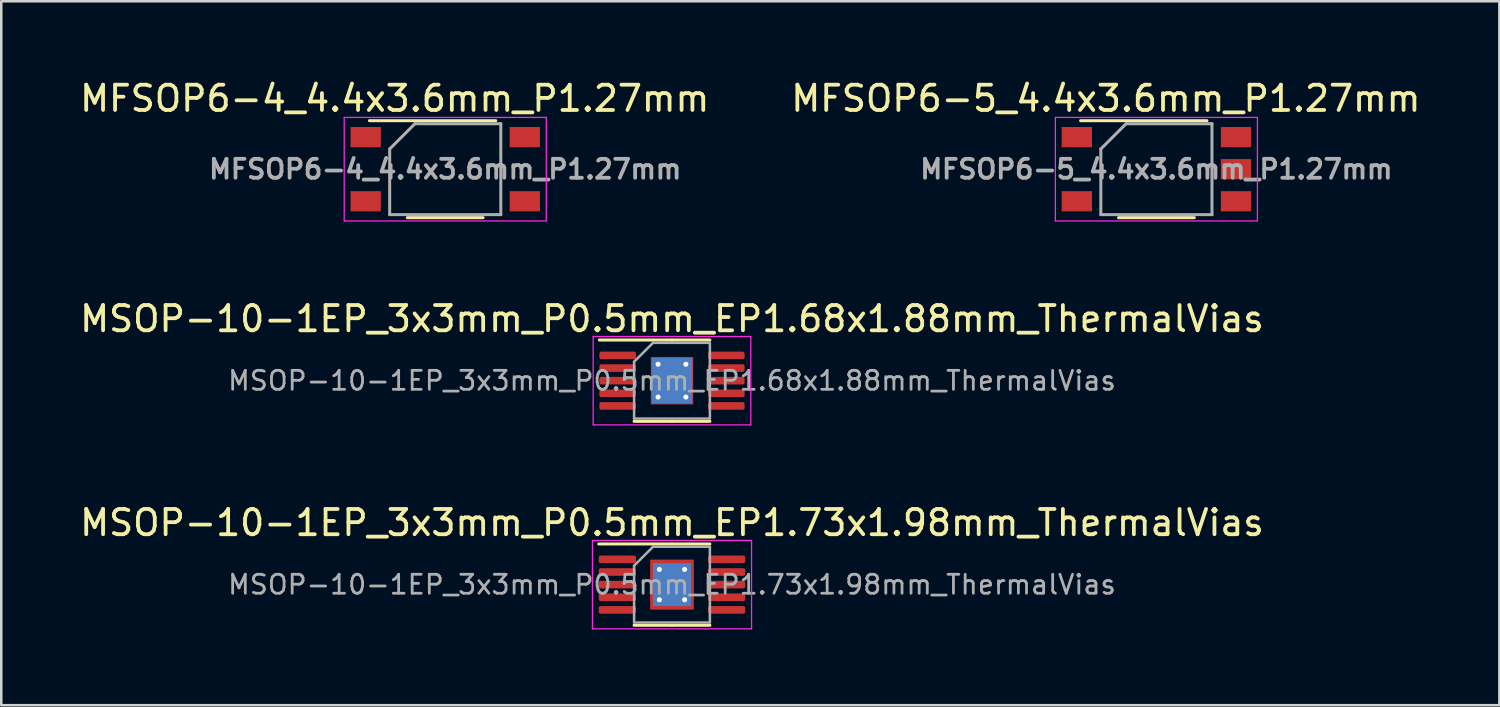
<source format=kicad_pcb>
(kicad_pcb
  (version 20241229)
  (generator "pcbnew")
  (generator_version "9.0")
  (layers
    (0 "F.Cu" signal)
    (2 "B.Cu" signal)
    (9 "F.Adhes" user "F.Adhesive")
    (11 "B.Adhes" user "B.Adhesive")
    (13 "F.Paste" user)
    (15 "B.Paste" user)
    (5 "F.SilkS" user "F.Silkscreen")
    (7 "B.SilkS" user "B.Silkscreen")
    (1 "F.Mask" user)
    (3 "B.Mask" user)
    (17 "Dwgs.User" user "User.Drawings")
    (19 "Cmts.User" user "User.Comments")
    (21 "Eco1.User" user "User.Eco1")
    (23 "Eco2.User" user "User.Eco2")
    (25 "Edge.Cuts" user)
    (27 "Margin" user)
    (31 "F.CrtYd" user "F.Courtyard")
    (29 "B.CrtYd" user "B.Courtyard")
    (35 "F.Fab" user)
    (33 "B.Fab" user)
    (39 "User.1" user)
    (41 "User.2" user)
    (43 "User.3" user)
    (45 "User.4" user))
  (footprint "MSOP-10-1EP_3x3mm_P0.5mm_EP1.68x1.88mm_ThermalVias"
    (layer "F.Cu")
    (at 23.554 12.021)
    (property "Reference" "MSOP-10-1EP_3x3mm_P0.5mm_EP1.68x1.88mm_ThermalVias" (at 0 -2.45 0) (layer "F.SilkS") (effects (font (size 1 1) (thickness 0.15))))
    (attr smd)
    (fp_line (start 0 -1.61) (end -2.875 -1.61) (stroke (width 0.12) (type solid)) (layer "F.SilkS"))
    (fp_line (start 0 -1.61) (end 1.5 -1.61) (stroke (width 0.12) (type solid)) (layer "F.SilkS"))
    (fp_line (start 0 1.61) (end -1.5 1.61) (stroke (width 0.12) (type solid)) (layer "F.SilkS"))
    (fp_line (start 0 1.61) (end 1.5 1.61) (stroke (width 0.12) (type solid)) (layer "F.SilkS"))
    (fp_line (start -3.12 -1.75) (end -3.12 1.75) (stroke (width 0.05) (type solid)) (layer "F.CrtYd"))
    (fp_line (start -3.12 1.75) (end 3.12 1.75) (stroke (width 0.05) (type solid)) (layer "F.CrtYd"))
    (fp_line (start 3.12 -1.75) (end -3.12 -1.75) (stroke (width 0.05) (type solid)) (layer "F.CrtYd"))
    (fp_line (start 3.12 1.75) (end 3.12 -1.75) (stroke (width 0.05) (type solid)) (layer "F.CrtYd"))
    (fp_line (start -1.5 -0.75) (end -0.75 -1.5) (stroke (width 0.1) (type solid)) (layer "F.Fab"))
    (fp_line (start -1.5 1.5) (end -1.5 -0.75) (stroke (width 0.1) (type solid)) (layer "F.Fab"))
    (fp_line (start -0.75 -1.5) (end 1.5 -1.5) (stroke (width 0.1) (type solid)) (layer "F.Fab"))
    (fp_line (start 1.5 -1.5) (end 1.5 1.5) (stroke (width 0.1) (type solid)) (layer "F.Fab"))
    (fp_line (start 1.5 1.5) (end -1.5 1.5) (stroke (width 0.1) (type solid)) (layer "F.Fab"))
    (fp_text user "${REFERENCE}" (at 0 0 0) (layer "F.Fab") (effects (font (size 0.75 0.75) (thickness 0.11))))
    (pad "" smd roundrect (at -0.42 -0.47) (size 0.7 0.79) (layers "F.Paste") (roundrect_rratio 0.25))
    (pad "" smd roundrect (at -0.42 0.47) (size 0.7 0.79) (layers "F.Paste") (roundrect_rratio 0.25))
    (pad "" smd roundrect (at 0.42 -0.47) (size 0.7 0.79) (layers "F.Paste") (roundrect_rratio 0.25))
    (pad "" smd roundrect (at 0.42 0.47) (size 0.7 0.79) (layers "F.Paste") (roundrect_rratio 0.25))
    (pad "1" smd roundrect (at -2.15 -1) (size 1.45 0.3) (layers "F.Cu" "F.Mask" "F.Paste") (roundrect_rratio 0.25))
    (pad "2" smd roundrect (at -2.15 -0.5) (size 1.45 0.3) (layers "F.Cu" "F.Mask" "F.Paste") (roundrect_rratio 0.25))
    (pad "3" smd roundrect (at -2.15 0) (size 1.45 0.3) (layers "F.Cu" "F.Mask" "F.Paste") (roundrect_rratio 0.25))
    (pad "4" smd roundrect (at -2.15 0.5) (size 1.45 0.3) (layers "F.Cu" "F.Mask" "F.Paste") (roundrect_rratio 0.25))
    (pad "5" smd roundrect (at -2.15 1) (size 1.45 0.3) (layers "F.Cu" "F.Mask" "F.Paste") (roundrect_rratio 0.25))
    (pad "6" smd roundrect (at 2.15 1) (size 1.45 0.3) (layers "F.Cu" "F.Mask" "F.Paste") (roundrect_rratio 0.25))
    (pad "7" smd roundrect (at 2.15 0.5) (size 1.45 0.3) (layers "F.Cu" "F.Mask" "F.Paste") (roundrect_rratio 0.25))
    (pad "8" smd roundrect (at 2.15 0) (size 1.45 0.3) (layers "F.Cu" "F.Mask" "F.Paste") (roundrect_rratio 0.25))
    (pad "9" smd roundrect (at 2.15 -0.5) (size 1.45 0.3) (layers "F.Cu" "F.Mask" "F.Paste") (roundrect_rratio 0.25))
    (pad "10" smd roundrect (at 2.15 -1) (size 1.45 0.3) (layers "F.Cu" "F.Mask" "F.Paste") (roundrect_rratio 0.25))
    (pad "11" thru_hole circle (at -0.55 -0.65) (size 0.5 0.5) (drill 0.2) (layers "*.Cu"))
    (pad "11" thru_hole circle (at -0.55 0.65) (size 0.5 0.5) (drill 0.2) (layers "*.Cu"))
    (pad "11" smd rect (at 0 0) (size 1.6 1.8) (layers "B.Cu"))
    (pad "11" smd rect (at 0 0) (size 1.68 1.88) (layers "F.Cu" "F.Mask"))
    (pad "11" thru_hole circle (at 0.55 -0.65) (size 0.5 0.5) (drill 0.2) (layers "*.Cu"))
    (pad "11" thru_hole circle (at 0.55 0.65) (size 0.5 0.5) (drill 0.2) (layers "*.Cu")))
  (footprint "MSOP-10-1EP_3x3mm_P0.5mm_EP1.73x1.98mm_ThermalVias"
    (layer "F.Cu")
    (at 23.554 20.095)
    (property "Reference" "MSOP-10-1EP_3x3mm_P0.5mm_EP1.73x1.98mm_ThermalVias" (at 0 -2.45 0) (layer "F.SilkS") (effects (font (size 1 1) (thickness 0.15))))
    (attr smd)
    (fp_line (start 0 -1.61) (end -2.9 -1.61) (stroke (width 0.12) (type solid)) (layer "F.SilkS"))
    (fp_line (start 0 -1.61) (end 1.5 -1.61) (stroke (width 0.12) (type solid)) (layer "F.SilkS"))
    (fp_line (start 0 1.61) (end -1.5 1.61) (stroke (width 0.12) (type solid)) (layer "F.SilkS"))
    (fp_line (start 0 1.61) (end 1.5 1.61) (stroke (width 0.12) (type solid)) (layer "F.SilkS"))
    (fp_line (start -3.15 -1.75) (end -3.15 1.75) (stroke (width 0.05) (type solid)) (layer "F.CrtYd"))
    (fp_line (start -3.15 1.75) (end 3.15 1.75) (stroke (width 0.05) (type solid)) (layer "F.CrtYd"))
    (fp_line (start 3.15 -1.75) (end -3.15 -1.75) (stroke (width 0.05) (type solid)) (layer "F.CrtYd"))
    (fp_line (start 3.15 1.75) (end 3.15 -1.75) (stroke (width 0.05) (type solid)) (layer "F.CrtYd"))
    (fp_line (start -1.5 -0.75) (end -0.75 -1.5) (stroke (width 0.1) (type solid)) (layer "F.Fab"))
    (fp_line (start -1.5 1.5) (end -1.5 -0.75) (stroke (width 0.1) (type solid)) (layer "F.Fab"))
    (fp_line (start -0.75 -1.5) (end 1.5 -1.5) (stroke (width 0.1) (type solid)) (layer "F.Fab"))
    (fp_line (start 1.5 -1.5) (end 1.5 1.5) (stroke (width 0.1) (type solid)) (layer "F.Fab"))
    (fp_line (start 1.5 1.5) (end -1.5 1.5) (stroke (width 0.1) (type solid)) (layer "F.Fab"))
    (fp_text user "${REFERENCE}" (at 0 0 0) (layer "F.Fab") (effects (font (size 0.75 0.75) (thickness 0.11))))
    (pad "" smd roundrect (at -0.43 -0.495) (size 0.72 0.83) (layers "F.Paste") (roundrect_rratio 0.25))
    (pad "" smd roundrect (at -0.43 0.495) (size 0.72 0.83) (layers "F.Paste") (roundrect_rratio 0.25))
    (pad "" smd roundrect (at 0.43 -0.495) (size 0.72 0.83) (layers "F.Paste") (roundrect_rratio 0.25))
    (pad "" smd roundrect (at 0.43 0.495) (size 0.72 0.83) (layers "F.Paste") (roundrect_rratio 0.25))
    (pad "1" smd roundrect (at -2.163 -1) (size 1.475 0.3) (layers "F.Cu" "F.Mask" "F.Paste") (roundrect_rratio 0.25))
    (pad "2" smd roundrect (at -2.163 -0.5) (size 1.475 0.3) (layers "F.Cu" "F.Mask" "F.Paste") (roundrect_rratio 0.25))
    (pad "3" smd roundrect (at -2.163 0) (size 1.475 0.3) (layers "F.Cu" "F.Mask" "F.Paste") (roundrect_rratio 0.25))
    (pad "4" smd roundrect (at -2.163 0.5) (size 1.475 0.3) (layers "F.Cu" "F.Mask" "F.Paste") (roundrect_rratio 0.25))
    (pad "5" smd roundrect (at -2.163 1) (size 1.475 0.3) (layers "F.Cu" "F.Mask" "F.Paste") (roundrect_rratio 0.25))
    (pad "6" smd roundrect (at 2.163 1) (size 1.475 0.3) (layers "F.Cu" "F.Mask" "F.Paste") (roundrect_rratio 0.25))
    (pad "7" smd roundrect (at 2.163 0.5) (size 1.475 0.3) (layers "F.Cu" "F.Mask" "F.Paste") (roundrect_rratio 0.25))
    (pad "8" smd roundrect (at 2.163 0) (size 1.475 0.3) (layers "F.Cu" "F.Mask" "F.Paste") (roundrect_rratio 0.25))
    (pad "9" smd roundrect (at 2.163 -0.5) (size 1.475 0.3) (layers "F.Cu" "F.Mask" "F.Paste") (roundrect_rratio 0.25))
    (pad "10" smd roundrect (at 2.163 -1) (size 1.475 0.3) (layers "F.Cu" "F.Mask" "F.Paste") (roundrect_rratio 0.25))
    (pad "11" thru_hole circle (at -0.5 -0.6) (size 0.5 0.5) (drill 0.2) (layers "*.Cu"))
    (pad "11" thru_hole circle (at -0.5 0.6) (size 0.5 0.5) (drill 0.2) (layers "*.Cu"))
    (pad "11" smd rect (at 0 0) (size 1.5 1.7) (layers "B.Cu"))
    (pad "11" smd rect (at 0 0) (size 1.73 1.98) (layers "F.Cu" "F.Mask"))
    (pad "11" thru_hole circle (at 0.5 -0.6) (size 0.5 0.5) (drill 0.2) (layers "*.Cu"))
    (pad "11" thru_hole circle (at 0.5 0.6) (size 0.5 0.5) (drill 0.2) (layers "*.Cu")))
  (footprint "MFSOP6-4_4.4x3.6mm_P1.27mm"
    (layer "F.Cu")
    (at 14.577 3.648)
    (property "Reference" "MFSOP6-4_4.4x3.6mm_P1.27mm" (at -2 -2.8 0) (layer "F.SilkS") (effects (font (size 1 1) (thickness 0.15))))
    (attr smd)
    (fp_line (start -3 -1.92) (end 2 -1.92) (stroke (width 0.12) (type solid)) (layer "F.SilkS"))
    (fp_line (start 1.5 1.92) (end -1.5 1.92) (stroke (width 0.12) (type solid)) (layer "F.SilkS"))
    (fp_line (start -4 -2.05) (end -4 2.05) (stroke (width 0.05) (type solid)) (layer "F.CrtYd"))
    (fp_line (start -4 -2.05) (end 4 -2.05) (stroke (width 0.05) (type solid)) (layer "F.CrtYd"))
    (fp_line (start 4 2.05) (end -4 2.05) (stroke (width 0.05) (type solid)) (layer "F.CrtYd"))
    (fp_line (start 4 2.05) (end 4 -2.05) (stroke (width 0.05) (type solid)) (layer "F.CrtYd"))
    (fp_line (start -2.2 -0.8) (end -2.2 1.8) (stroke (width 0.12) (type solid)) (layer "F.Fab"))
    (fp_line (start -2.2 1.8) (end 2.2 1.8) (stroke (width 0.12) (type solid)) (layer "F.Fab"))
    (fp_line (start -1.2 -1.8) (end -2.2 -0.8) (stroke (width 0.12) (type solid)) (layer "F.Fab"))
    (fp_line (start 2.2 -1.8) (end -1.2 -1.8) (stroke (width 0.12) (type solid)) (layer "F.Fab"))
    (fp_line (start 2.2 1.8) (end 2.2 -1.8) (stroke (width 0.12) (type solid)) (layer "F.Fab"))
    (fp_text user "${REFERENCE}" (at 0 0 0) (layer "F.Fab") (effects (font (size 0.75 0.75) (thickness 0.15))))
    (pad "1" smd rect (at -3.15 -1.27) (size 1.2 0.8) (layers "F.Cu" "F.Mask" "F.Paste"))
    (pad "3" smd rect (at -3.15 1.27) (size 1.2 0.8) (layers "F.Cu" "F.Mask" "F.Paste"))
    (pad "4" smd rect (at 3.15 1.27) (size 1.2 0.8) (layers "F.Cu" "F.Mask" "F.Paste"))
    (pad "6" smd rect (at 3.15 -1.27) (size 1.2 0.8) (layers "F.Cu" "F.Mask" "F.Paste")))
  (footprint "MFSOP6-5_4.4x3.6mm_P1.27mm"
    (layer "F.Cu")
    (at 42.732 3.648)
    (property "Reference" "MFSOP6-5_4.4x3.6mm_P1.27mm" (at -2 -2.8 0) (layer "F.SilkS") (effects (font (size 1 1) (thickness 0.15))))
    (attr smd)
    (fp_line (start -3 -1.92) (end 2 -1.92) (stroke (width 0.12) (type solid)) (layer "F.SilkS"))
    (fp_line (start 1.5 1.92) (end -1.5 1.92) (stroke (width 0.12) (type solid)) (layer "F.SilkS"))
    (fp_line (start -4 -2.05) (end -4 2.05) (stroke (width 0.05) (type solid)) (layer "F.CrtYd"))
    (fp_line (start -4 -2.05) (end 4 -2.05) (stroke (width 0.05) (type solid)) (layer "F.CrtYd"))
    (fp_line (start 4 2.05) (end -4 2.05) (stroke (width 0.05) (type solid)) (layer "F.CrtYd"))
    (fp_line (start 4 2.05) (end 4 -2.05) (stroke (width 0.05) (type solid)) (layer "F.CrtYd"))
    (fp_line (start -2.2 -0.8) (end -2.2 1.8) (stroke (width 0.12) (type solid)) (layer "F.Fab"))
    (fp_line (start -2.2 1.8) (end 2.2 1.8) (stroke (width 0.12) (type solid)) (layer "F.Fab"))
    (fp_line (start -1.2 -1.8) (end -2.2 -0.8) (stroke (width 0.12) (type solid)) (layer "F.Fab"))
    (fp_line (start 2.2 -1.8) (end -1.2 -1.8) (stroke (width 0.12) (type solid)) (layer "F.Fab"))
    (fp_line (start 2.2 1.8) (end 2.2 -1.8) (stroke (width 0.12) (type solid)) (layer "F.Fab"))
    (fp_text user "${REFERENCE}" (at 0 0 0) (layer "F.Fab") (effects (font (size 0.75 0.75) (thickness 0.15))))
    (pad "1" smd rect (at -3.15 -1.27) (size 1.2 0.8) (layers "F.Cu" "F.Mask" "F.Paste"))
    (pad "3" smd rect (at -3.15 1.27) (size 1.2 0.8) (layers "F.Cu" "F.Mask" "F.Paste"))
    (pad "4" smd rect (at 3.15 1.27) (size 1.2 0.8) (layers "F.Cu" "F.Mask" "F.Paste"))
    (pad "5" smd rect (at 3.15 0) (size 1.2 0.8) (layers "F.Cu" "F.Mask" "F.Paste"))
    (pad "6" smd rect (at 3.15 -1.27) (size 1.2 0.8) (layers "F.Cu" "F.Mask" "F.Paste")))
  (gr_rect
    (start -3 -3)
    (end 56.31 24.87)
    (stroke (width 0.1) (type default))
    (fill no)
    (layer "Edge.Cuts")))
</source>
